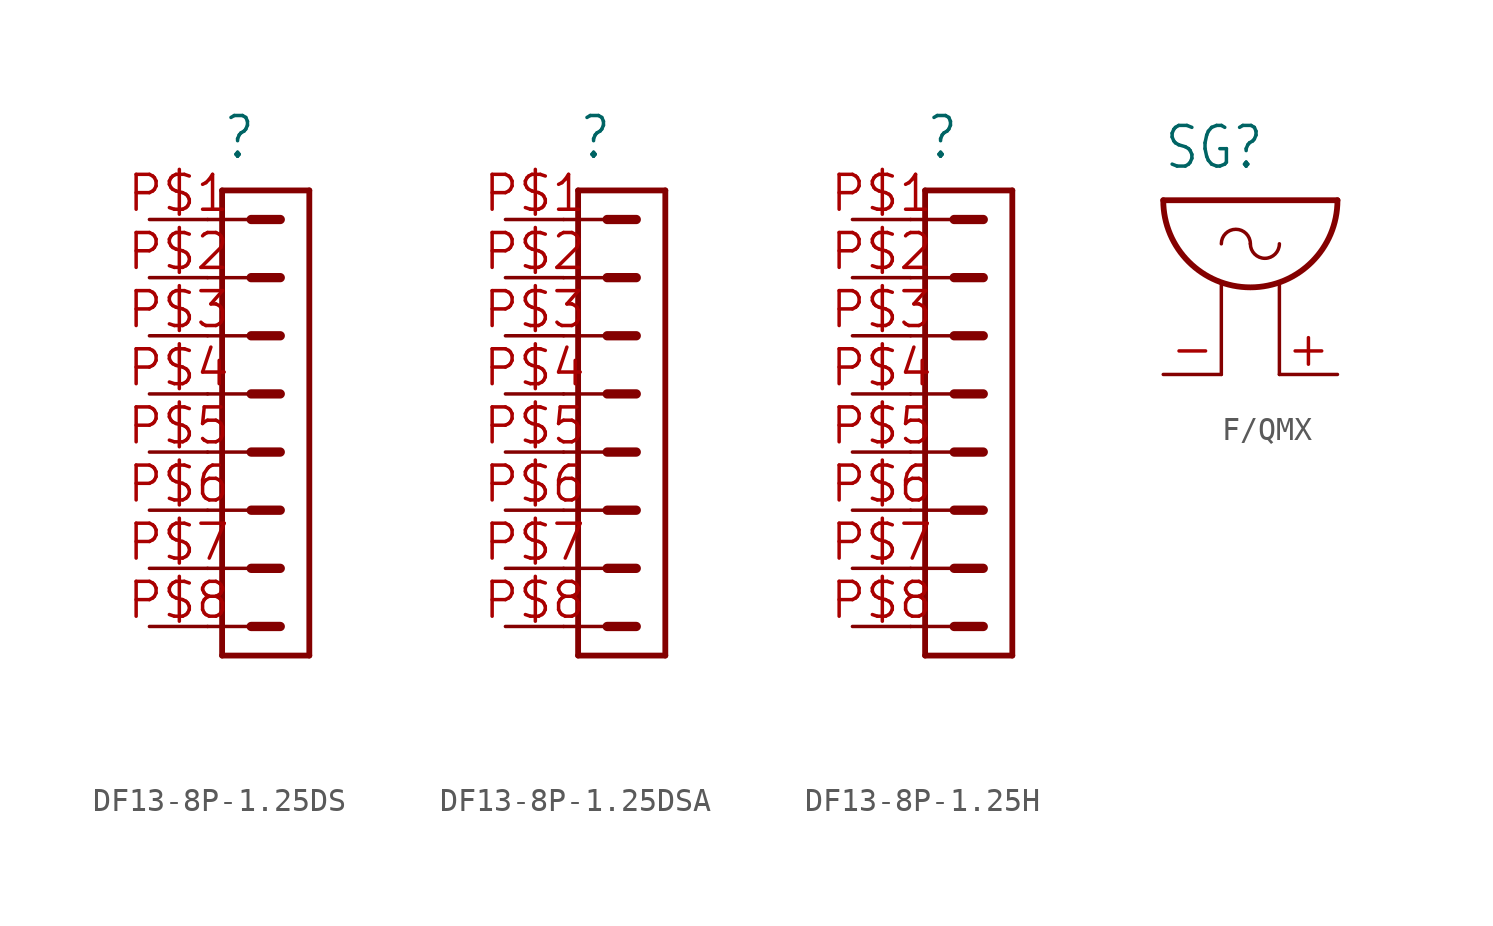
<source format=kicad_sym>
(kicad_symbol_lib
  (version 20241209)
  (generator "kicad_symbol_editor")
  (generator_version "9.0")
  (symbol "DF13-8P-1.25DS"
    (property "Reference" ""
      (at -1.905 10.16 0)
      (effects (font (size 1.778 1.511)) (justify left bottom)))
    (property "Value" ""
      (at -1.905 -14.287 0)
      (effects (font (size 1.778 1.511)) (justify left bottom)))
    (property "ki_locked" ""
      (at 0 0 0)
      (effects (font (size 1.27 1.27))))
    (symbol "DF13-8P-1.25DS_1_0"
      (polyline (pts (xy -2.54 7.62) (xy -0.635 7.62)) (stroke (width 0.152) (type solid)) (fill (type none)))
      (polyline (pts (xy -2.54 5.08) (xy -0.635 5.08)) (stroke (width 0.152) (type solid)) (fill (type none)))
      (polyline (pts (xy -2.54 2.54) (xy -0.635 2.54)) (stroke (width 0.152) (type solid)) (fill (type none)))
      (polyline (pts (xy -2.54 0) (xy -0.635 0)) (stroke (width 0.152) (type solid)) (fill (type none)))
      (polyline (pts (xy -2.54 -2.54) (xy -0.635 -2.54)) (stroke (width 0.152) (type solid)) (fill (type none)))
      (polyline (pts (xy -2.54 -5.08) (xy -0.635 -5.08)) (stroke (width 0.152) (type solid)) (fill (type none)))
      (polyline (pts (xy -2.54 -7.62) (xy -0.635 -7.62)) (stroke (width 0.152) (type solid)) (fill (type none)))
      (polyline (pts (xy -2.54 -10.16) (xy -0.635 -10.16)) (stroke (width 0.152) (type solid)) (fill (type none)))
      (polyline (pts (xy -1.905 -11.43) (xy -1.905 8.89)) (stroke (width 0.254) (type solid)) (fill (type none)))
      (polyline (pts (xy -1.905 -11.43) (xy 1.905 -11.43)) (stroke (width 0.254) (type solid)) (fill (type none)))
      (polyline (pts (xy -0.635 7.62) (xy 0.635 7.62)) (stroke (width 0.406) (type solid)) (fill (type none)))
      (polyline (pts (xy -0.635 5.08) (xy 0.635 5.08)) (stroke (width 0.406) (type solid)) (fill (type none)))
      (polyline (pts (xy -0.635 2.54) (xy 0.635 2.54)) (stroke (width 0.406) (type solid)) (fill (type none)))
      (polyline (pts (xy -0.635 0) (xy 0.635 0)) (stroke (width 0.406) (type solid)) (fill (type none)))
      (polyline (pts (xy -0.635 -2.54) (xy 0.635 -2.54)) (stroke (width 0.406) (type solid)) (fill (type none)))
      (polyline (pts (xy -0.635 -5.08) (xy 0.635 -5.08)) (stroke (width 0.406) (type solid)) (fill (type none)))
      (polyline (pts (xy -0.635 -7.62) (xy 0.635 -7.62)) (stroke (width 0.406) (type solid)) (fill (type none)))
      (polyline (pts (xy -0.635 -10.16) (xy 0.635 -10.16)) (stroke (width 0.406) (type solid)) (fill (type none)))
      (polyline (pts (xy 1.905 8.89) (xy -1.905 8.89)) (stroke (width 0.254) (type solid)) (fill (type none)))
      (polyline (pts (xy 1.905 8.89) (xy 1.905 -11.43)) (stroke (width 0.254) (type solid)) (fill (type none)))
      (pin passive line (at -5.08 7.62 0) (length 2.54) (name "1" (effects (font (size 0 0)))) (number "P$1" (effects (font (size 1.524 1.524)))))
      (pin passive line (at -5.08 5.08 0) (length 2.54) (name "2" (effects (font (size 0 0)))) (number "P$2" (effects (font (size 1.524 1.524)))))
      (pin passive line (at -5.08 2.54 0) (length 2.54) (name "3" (effects (font (size 0 0)))) (number "P$3" (effects (font (size 1.524 1.524)))))
      (pin passive line (at -5.08 0 0) (length 2.54) (name "4" (effects (font (size 0 0)))) (number "P$4" (effects (font (size 1.524 1.524)))))
      (pin passive line (at -5.08 -2.54 0) (length 2.54) (name "5" (effects (font (size 0 0)))) (number "P$5" (effects (font (size 1.524 1.524)))))
      (pin passive line (at -5.08 -5.08 0) (length 2.54) (name "6" (effects (font (size 0 0)))) (number "P$6" (effects (font (size 1.524 1.524)))))
      (pin passive line (at -5.08 -7.62 0) (length 2.54) (name "7" (effects (font (size 0 0)))) (number "P$7" (effects (font (size 1.524 1.524)))))
      (pin passive line (at -5.08 -10.16 0) (length 2.54) (name "8" (effects (font (size 0 0)))) (number "P$8" (effects (font (size 1.524 1.524)))))))
  (symbol "DF13-8P-1.25DSA"
    (property "Reference" ""
      (at -1.905 10.16 0)
      (effects (font (size 1.778 1.511)) (justify left bottom)))
    (property "Value" ""
      (at -1.905 -14.287 0)
      (effects (font (size 1.778 1.511)) (justify left bottom)))
    (property "ki_locked" ""
      (at 0 0 0)
      (effects (font (size 1.27 1.27))))
    (symbol "DF13-8P-1.25DSA_1_0"
      (polyline (pts (xy -2.54 7.62) (xy -0.635 7.62)) (stroke (width 0.152) (type solid)) (fill (type none)))
      (polyline (pts (xy -2.54 5.08) (xy -0.635 5.08)) (stroke (width 0.152) (type solid)) (fill (type none)))
      (polyline (pts (xy -2.54 2.54) (xy -0.635 2.54)) (stroke (width 0.152) (type solid)) (fill (type none)))
      (polyline (pts (xy -2.54 0) (xy -0.635 0)) (stroke (width 0.152) (type solid)) (fill (type none)))
      (polyline (pts (xy -2.54 -2.54) (xy -0.635 -2.54)) (stroke (width 0.152) (type solid)) (fill (type none)))
      (polyline (pts (xy -2.54 -5.08) (xy -0.635 -5.08)) (stroke (width 0.152) (type solid)) (fill (type none)))
      (polyline (pts (xy -2.54 -7.62) (xy -0.635 -7.62)) (stroke (width 0.152) (type solid)) (fill (type none)))
      (polyline (pts (xy -2.54 -10.16) (xy -0.635 -10.16)) (stroke (width 0.152) (type solid)) (fill (type none)))
      (polyline (pts (xy -1.905 -11.43) (xy -1.905 8.89)) (stroke (width 0.254) (type solid)) (fill (type none)))
      (polyline (pts (xy -1.905 -11.43) (xy 1.905 -11.43)) (stroke (width 0.254) (type solid)) (fill (type none)))
      (polyline (pts (xy -0.635 7.62) (xy 0.635 7.62)) (stroke (width 0.406) (type solid)) (fill (type none)))
      (polyline (pts (xy -0.635 5.08) (xy 0.635 5.08)) (stroke (width 0.406) (type solid)) (fill (type none)))
      (polyline (pts (xy -0.635 2.54) (xy 0.635 2.54)) (stroke (width 0.406) (type solid)) (fill (type none)))
      (polyline (pts (xy -0.635 0) (xy 0.635 0)) (stroke (width 0.406) (type solid)) (fill (type none)))
      (polyline (pts (xy -0.635 -2.54) (xy 0.635 -2.54)) (stroke (width 0.406) (type solid)) (fill (type none)))
      (polyline (pts (xy -0.635 -5.08) (xy 0.635 -5.08)) (stroke (width 0.406) (type solid)) (fill (type none)))
      (polyline (pts (xy -0.635 -7.62) (xy 0.635 -7.62)) (stroke (width 0.406) (type solid)) (fill (type none)))
      (polyline (pts (xy -0.635 -10.16) (xy 0.635 -10.16)) (stroke (width 0.406) (type solid)) (fill (type none)))
      (polyline (pts (xy 1.905 8.89) (xy -1.905 8.89)) (stroke (width 0.254) (type solid)) (fill (type none)))
      (polyline (pts (xy 1.905 8.89) (xy 1.905 -11.43)) (stroke (width 0.254) (type solid)) (fill (type none)))
      (pin passive line (at -5.08 7.62 0) (length 2.54) (name "1" (effects (font (size 0 0)))) (number "P$1" (effects (font (size 1.524 1.524)))))
      (pin passive line (at -5.08 5.08 0) (length 2.54) (name "2" (effects (font (size 0 0)))) (number "P$2" (effects (font (size 1.524 1.524)))))
      (pin passive line (at -5.08 2.54 0) (length 2.54) (name "3" (effects (font (size 0 0)))) (number "P$3" (effects (font (size 1.524 1.524)))))
      (pin passive line (at -5.08 0 0) (length 2.54) (name "4" (effects (font (size 0 0)))) (number "P$4" (effects (font (size 1.524 1.524)))))
      (pin passive line (at -5.08 -2.54 0) (length 2.54) (name "5" (effects (font (size 0 0)))) (number "P$5" (effects (font (size 1.524 1.524)))))
      (pin passive line (at -5.08 -5.08 0) (length 2.54) (name "6" (effects (font (size 0 0)))) (number "P$6" (effects (font (size 1.524 1.524)))))
      (pin passive line (at -5.08 -7.62 0) (length 2.54) (name "7" (effects (font (size 0 0)))) (number "P$7" (effects (font (size 1.524 1.524)))))
      (pin passive line (at -5.08 -10.16 0) (length 2.54) (name "8" (effects (font (size 0 0)))) (number "P$8" (effects (font (size 1.524 1.524)))))))
  (symbol "DF13-8P-1.25H"
    (property "Reference" ""
      (at -1.905 10.16 0)
      (effects (font (size 1.778 1.511)) (justify left bottom)))
    (property "Value" ""
      (at -1.905 -14.287 0)
      (effects (font (size 1.778 1.511)) (justify left bottom)))
    (property "ki_locked" ""
      (at 0 0 0)
      (effects (font (size 1.27 1.27))))
    (symbol "DF13-8P-1.25H_1_0"
      (polyline (pts (xy -2.54 7.62) (xy -0.635 7.62)) (stroke (width 0.152) (type solid)) (fill (type none)))
      (polyline (pts (xy -2.54 5.08) (xy -0.635 5.08)) (stroke (width 0.152) (type solid)) (fill (type none)))
      (polyline (pts (xy -2.54 2.54) (xy -0.635 2.54)) (stroke (width 0.152) (type solid)) (fill (type none)))
      (polyline (pts (xy -2.54 0) (xy -0.635 0)) (stroke (width 0.152) (type solid)) (fill (type none)))
      (polyline (pts (xy -2.54 -2.54) (xy -0.635 -2.54)) (stroke (width 0.152) (type solid)) (fill (type none)))
      (polyline (pts (xy -2.54 -5.08) (xy -0.635 -5.08)) (stroke (width 0.152) (type solid)) (fill (type none)))
      (polyline (pts (xy -2.54 -7.62) (xy -0.635 -7.62)) (stroke (width 0.152) (type solid)) (fill (type none)))
      (polyline (pts (xy -2.54 -10.16) (xy -0.635 -10.16)) (stroke (width 0.152) (type solid)) (fill (type none)))
      (polyline (pts (xy -1.905 -11.43) (xy -1.905 8.89)) (stroke (width 0.254) (type solid)) (fill (type none)))
      (polyline (pts (xy -1.905 -11.43) (xy 1.905 -11.43)) (stroke (width 0.254) (type solid)) (fill (type none)))
      (polyline (pts (xy -0.635 7.62) (xy 0.635 7.62)) (stroke (width 0.406) (type solid)) (fill (type none)))
      (polyline (pts (xy -0.635 5.08) (xy 0.635 5.08)) (stroke (width 0.406) (type solid)) (fill (type none)))
      (polyline (pts (xy -0.635 2.54) (xy 0.635 2.54)) (stroke (width 0.406) (type solid)) (fill (type none)))
      (polyline (pts (xy -0.635 0) (xy 0.635 0)) (stroke (width 0.406) (type solid)) (fill (type none)))
      (polyline (pts (xy -0.635 -2.54) (xy 0.635 -2.54)) (stroke (width 0.406) (type solid)) (fill (type none)))
      (polyline (pts (xy -0.635 -5.08) (xy 0.635 -5.08)) (stroke (width 0.406) (type solid)) (fill (type none)))
      (polyline (pts (xy -0.635 -7.62) (xy 0.635 -7.62)) (stroke (width 0.406) (type solid)) (fill (type none)))
      (polyline (pts (xy -0.635 -10.16) (xy 0.635 -10.16)) (stroke (width 0.406) (type solid)) (fill (type none)))
      (polyline (pts (xy 1.905 8.89) (xy -1.905 8.89)) (stroke (width 0.254) (type solid)) (fill (type none)))
      (polyline (pts (xy 1.905 8.89) (xy 1.905 -11.43)) (stroke (width 0.254) (type solid)) (fill (type none)))
      (pin passive line (at -5.08 7.62 0) (length 2.54) (name "1" (effects (font (size 0 0)))) (number "P$1" (effects (font (size 1.524 1.524)))))
      (pin passive line (at -5.08 5.08 0) (length 2.54) (name "2" (effects (font (size 0 0)))) (number "P$2" (effects (font (size 1.524 1.524)))))
      (pin passive line (at -5.08 2.54 0) (length 2.54) (name "3" (effects (font (size 0 0)))) (number "P$3" (effects (font (size 1.524 1.524)))))
      (pin passive line (at -5.08 0 0) (length 2.54) (name "4" (effects (font (size 0 0)))) (number "P$4" (effects (font (size 1.524 1.524)))))
      (pin passive line (at -5.08 -2.54 0) (length 2.54) (name "5" (effects (font (size 0 0)))) (number "P$5" (effects (font (size 1.524 1.524)))))
      (pin passive line (at -5.08 -5.08 0) (length 2.54) (name "6" (effects (font (size 0 0)))) (number "P$6" (effects (font (size 1.524 1.524)))))
      (pin passive line (at -5.08 -7.62 0) (length 2.54) (name "7" (effects (font (size 0 0)))) (number "P$7" (effects (font (size 1.524 1.524)))))
      (pin passive line (at -5.08 -10.16 0) (length 2.54) (name "8" (effects (font (size 0 0)))) (number "P$8" (effects (font (size 1.524 1.524)))))))
  (symbol "F/QMX"
    (property "Reference" "SG"
      (at -2.54 6.35 0)
      (effects (font (size 1.778 1.511)) (justify left bottom)))
    (property "Value" ""
      (at 6.35 0 0)
      (effects (font (size 1.778 1.511)) (justify left bottom)))
    (property "ki_locked" ""
      (at 0 0 0)
      (effects (font (size 1.27 1.27))))
    (symbol "F/QMX_1_0"
      (polyline (pts (xy -2.54 5.08) (xy 5.08 5.08)) (stroke (width 0.254) (type solid)) (fill (type none)))
      (polyline (pts (xy 0 -2.54) (xy 0 1.397)) (stroke (width 0.152) (type solid)) (fill (type none)))
      (arc (start 0 3.175) (mid 0.635 3.81) (end 1.27 3.175) (stroke (width 0.1524) (type solid)) (fill (type none)))
      (arc (start 5.08 5.08) (mid 1.27 1.27) (end -2.54 5.08) (stroke (width 0.254) (type solid)) (fill (type none)))
      (arc (start 2.54 3.175) (mid 1.905 2.54) (end 1.27 3.175) (stroke (width 0.1524) (type solid)) (fill (type none)))
      (polyline (pts (xy 2.54 -2.54) (xy 2.54 1.397)) (stroke (width 0.152) (type solid)) (fill (type none)))
      (pin passive line (at -2.54 -2.54 0) (length 2.54) (name "1" (effects (font (size 0 0)))) (number "-" (effects (font (size 1.524 1.524)))))
      (pin passive line (at 5.08 -2.54 180) (length 2.54) (name "2" (effects (font (size 0 0)))) (number "+" (effects (font (size 1.524 1.524))))))))
</source>
